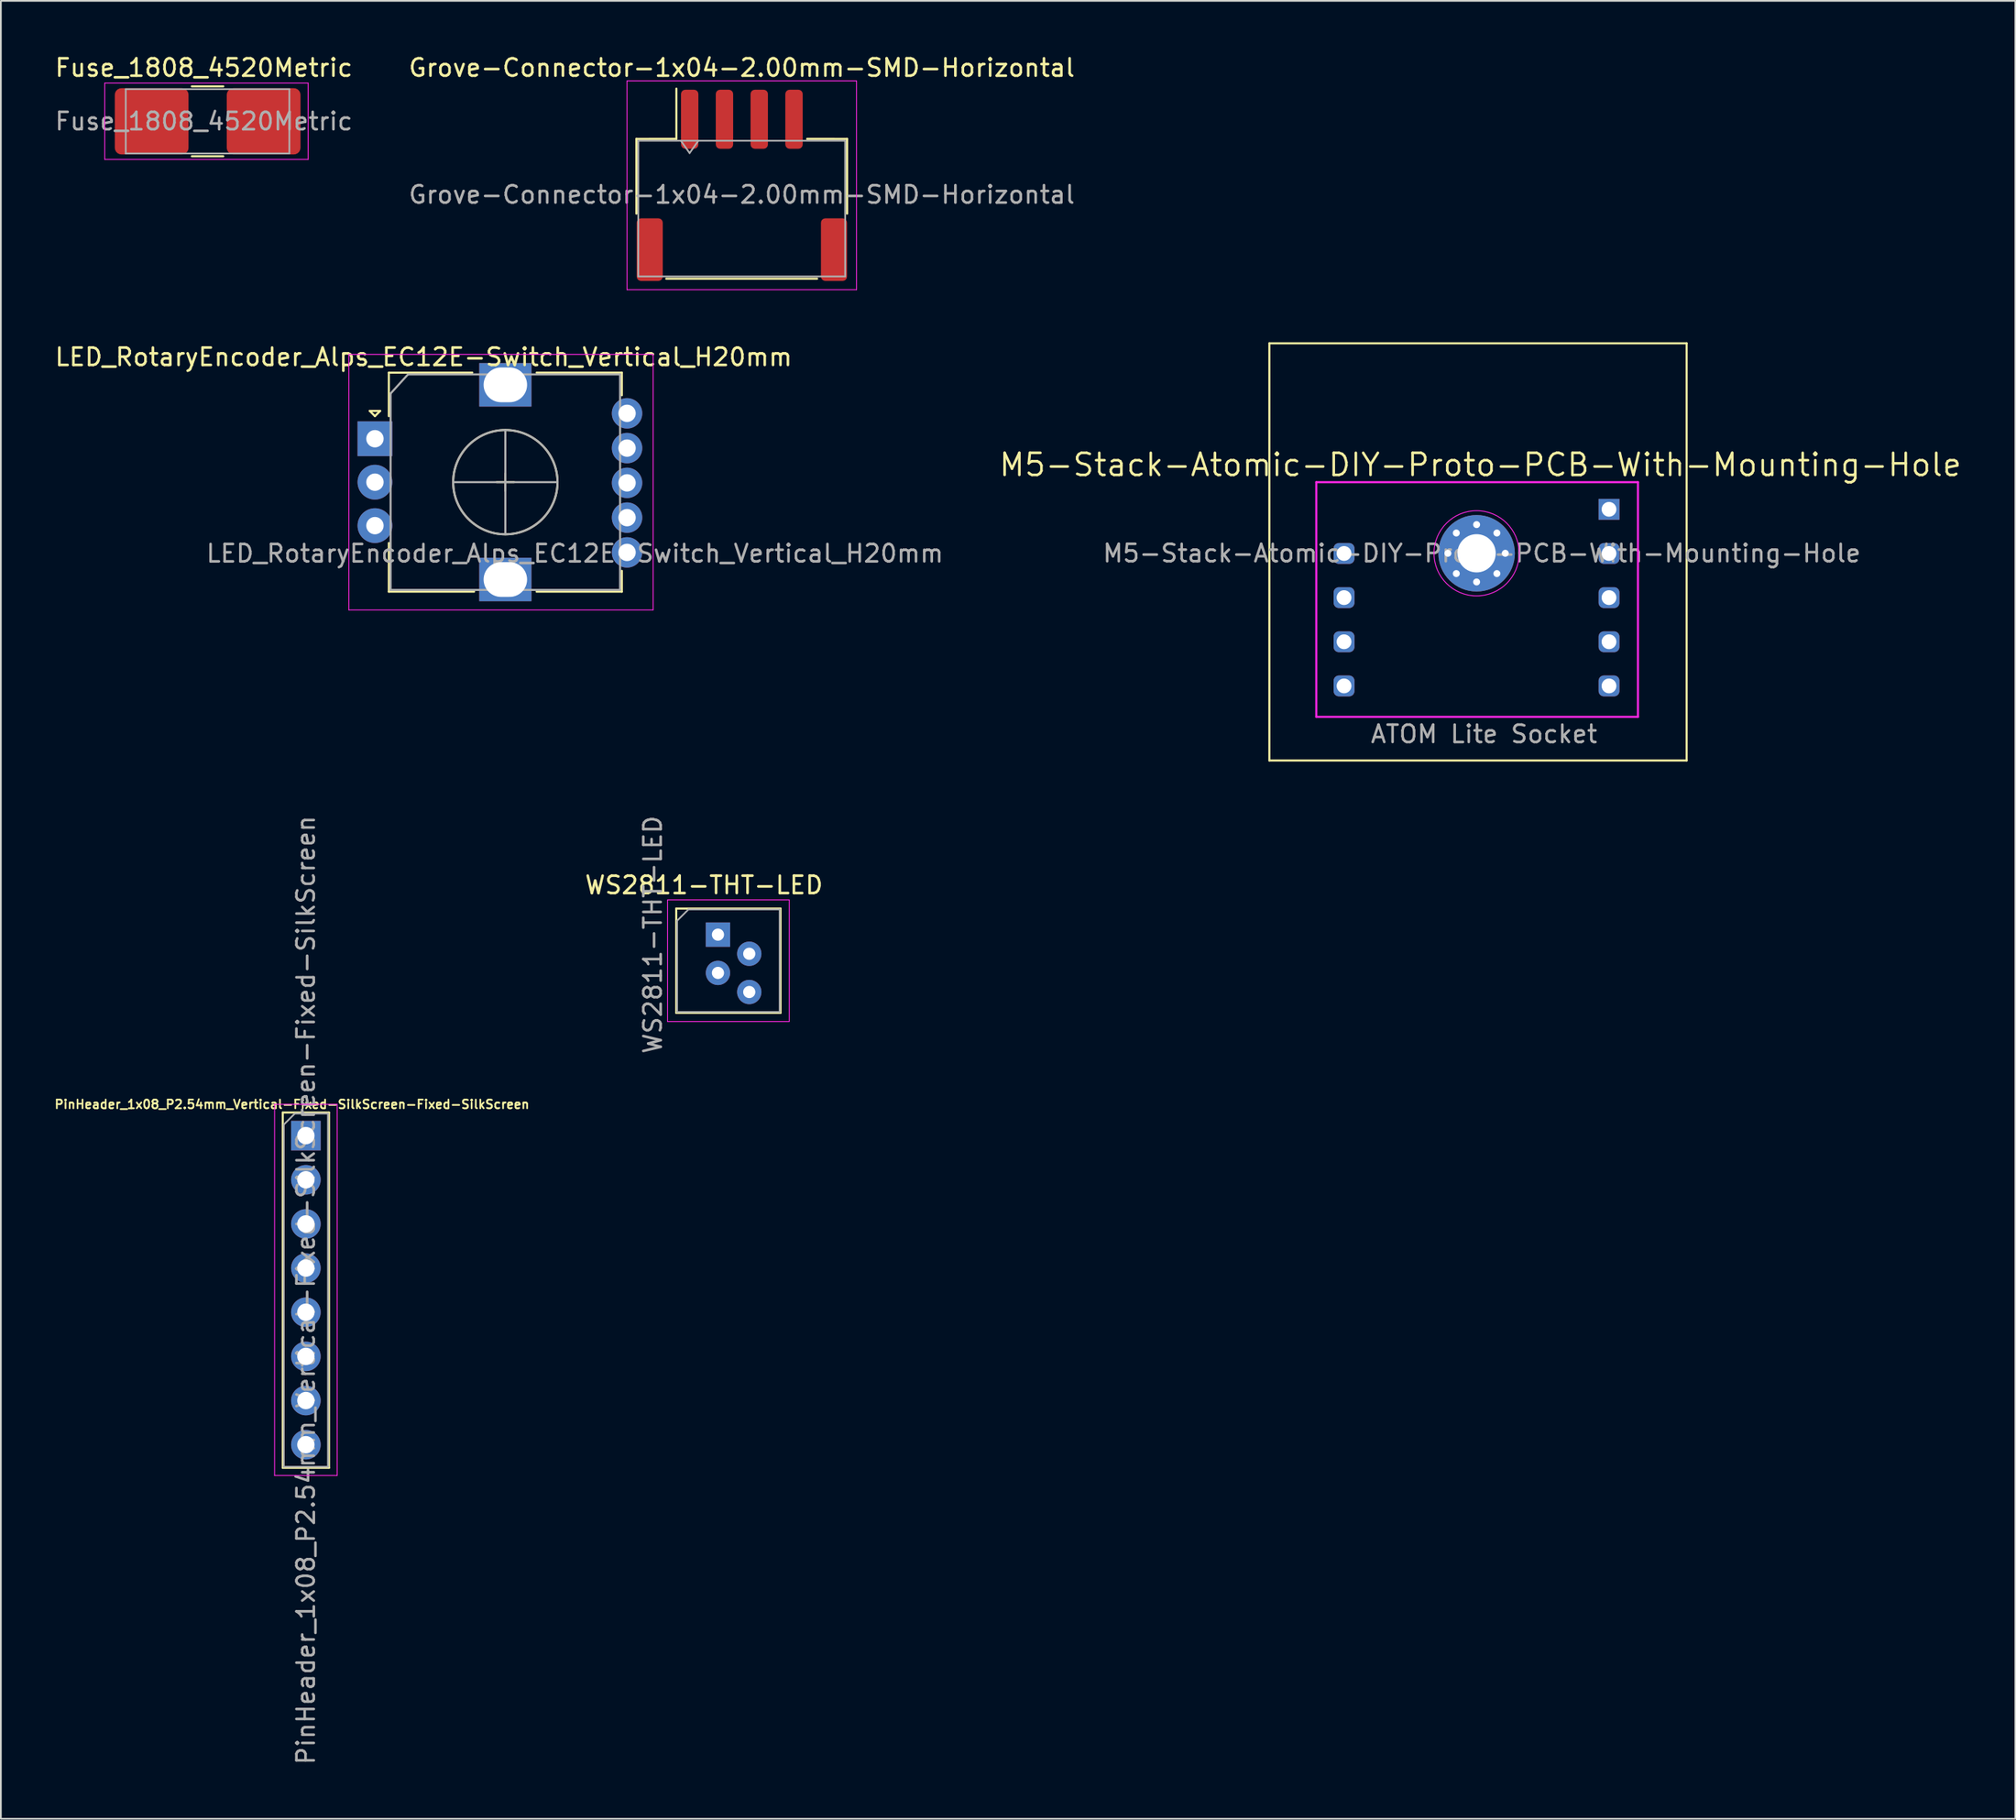
<source format=kicad_pcb>
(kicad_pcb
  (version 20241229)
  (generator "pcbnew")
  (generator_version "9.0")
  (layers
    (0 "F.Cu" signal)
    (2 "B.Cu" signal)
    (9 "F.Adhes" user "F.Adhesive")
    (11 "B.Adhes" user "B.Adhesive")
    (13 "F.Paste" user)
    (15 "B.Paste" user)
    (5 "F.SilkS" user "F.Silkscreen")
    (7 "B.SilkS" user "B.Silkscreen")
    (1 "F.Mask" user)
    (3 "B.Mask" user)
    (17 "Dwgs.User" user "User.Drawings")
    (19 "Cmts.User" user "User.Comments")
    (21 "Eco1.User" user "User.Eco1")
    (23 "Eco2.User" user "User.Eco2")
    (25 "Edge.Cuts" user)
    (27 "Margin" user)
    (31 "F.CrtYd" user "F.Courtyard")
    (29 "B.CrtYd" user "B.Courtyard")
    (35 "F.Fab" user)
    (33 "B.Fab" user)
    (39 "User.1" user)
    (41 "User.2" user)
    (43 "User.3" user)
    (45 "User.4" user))
  (footprint "Grove-Connector-1x04-2.00mm-SMD-Horizontal"
    (layer "F.Cu")
    (at 36.618 3.811)
    (property "Reference" "Grove-Connector-1x04-2.00mm-SMD-Horizontal" (at 2.995 -2.963 0) (layer "F.SilkS") (effects (font (size 1 1) (thickness 0.15))))
    (attr smd)
    (fp_line (start -3.065 1.128) (end -0.765 1.127) (stroke (width 0.12) (type solid)) (layer "F.SilkS"))
    (fp_line (start -3.065 5.431) (end -3.065 1.128) (stroke (width 0.12) (type solid)) (layer "F.SilkS"))
    (fp_line (start -1.35 9.172) (end 7.33 9.172) (stroke (width 0.12) (type solid)) (layer "F.SilkS"))
    (fp_line (start -0.765 1.127) (end -0.765 -1.763) (stroke (width 0.12) (type solid)) (layer "F.SilkS"))
    (fp_line (start 9.053 1.128) (end 6.755 1.127) (stroke (width 0.12) (type solid)) (layer "F.SilkS"))
    (fp_line (start 9.055 5.431) (end 9.053 1.128) (stroke (width 0.12) (type solid)) (layer "F.SilkS"))
    (fp_line (start -3.607 -2.21) (end -3.605 9.804) (stroke (width 0.05) (type solid)) (layer "F.CrtYd"))
    (fp_line (start -3.605 9.804) (end 9.595 9.804) (stroke (width 0.05) (type solid)) (layer "F.CrtYd"))
    (fp_line (start 9.595 -2.21) (end -3.605 -2.21) (stroke (width 0.05) (type solid)) (layer "F.CrtYd"))
    (fp_line (start 9.595 9.804) (end 9.595 -2.21) (stroke (width 0.05) (type solid)) (layer "F.CrtYd"))
    (fp_line (start -2.959 9.042) (end 8.941 9.042) (stroke (width 0.1) (type solid)) (layer "F.Fab"))
    (fp_line (start -2.955 1.237) (end -2.959 9.042) (stroke (width 0.1) (type solid)) (layer "F.Fab"))
    (fp_line (start -2.955 1.237) (end 8.943 1.237) (stroke (width 0.1) (type solid)) (layer "F.Fab"))
    (fp_line (start -0.505 1.237) (end -0.005 1.944) (stroke (width 0.1) (type solid)) (layer "F.Fab"))
    (fp_line (start -0.005 1.944) (end 0.495 1.237) (stroke (width 0.1) (type solid)) (layer "F.Fab"))
    (fp_line (start 8.943 1.237) (end 8.941 9.042) (stroke (width 0.1) (type solid)) (layer "F.Fab"))
    (fp_text user "${REFERENCE}" (at 2.995 4.337 0) (layer "F.Fab") (effects (font (size 1 1) (thickness 0.15))))
    (pad "1" smd roundrect (at 0 0) (size 1 3.4) (layers "F.Cu" "F.Mask" "F.Paste") (roundrect_rratio 0.25))
    (pad "2" smd roundrect (at 2 0) (size 1 3.4) (layers "F.Cu" "F.Mask" "F.Paste") (roundrect_rratio 0.25))
    (pad "3" smd roundrect (at 4 0) (size 1 3.4) (layers "F.Cu" "F.Mask" "F.Paste") (roundrect_rratio 0.25))
    (pad "4" smd roundrect (at 6 0) (size 1 3.4) (layers "F.Cu" "F.Mask" "F.Paste") (roundrect_rratio 0.25))
    (pad "MP" smd roundrect (at -2.3 7.5) (size 1.5 3.6) (layers "F.Cu" "F.Mask" "F.Paste") (roundrect_rratio 0.167))
    (pad "MP" smd roundrect (at 8.3 7.5) (size 1.5 3.6) (layers "F.Cu" "F.Mask" "F.Paste") (roundrect_rratio 0.167)))
  (footprint "LED_RotaryEncoder_Alps_EC12E-Switch_Vertical_H20mm"
    (layer "F.Cu")
    (at 18.515 22.189)
    (property "Reference" "LED_RotaryEncoder_Alps_EC12E-Switch_Vertical_H20mm" (at 2.8 -4.7 0) (layer "F.SilkS") (effects (font (size 1 1) (thickness 0.15))))
    (attr through_hole)
    (fp_line (start -0.3 -1.6) (end 0.3 -1.6) (stroke (width 0.12) (type solid)) (layer "F.SilkS"))
    (fp_line (start 0 -1.3) (end -0.3 -1.6) (stroke (width 0.12) (type solid)) (layer "F.SilkS"))
    (fp_line (start 0.3 -1.6) (end 0 -1.3) (stroke (width 0.12) (type solid)) (layer "F.SilkS"))
    (fp_line (start 0.8 -3.8) (end 0.8 -1.3) (stroke (width 0.12) (type solid)) (layer "F.SilkS"))
    (fp_line (start 0.8 8.8) (end 0.8 6) (stroke (width 0.12) (type solid)) (layer "F.SilkS"))
    (fp_line (start 5.6 -3.8) (end 0.8 -3.8) (stroke (width 0.12) (type solid)) (layer "F.SilkS"))
    (fp_line (start 5.7 8.8) (end 0.8 8.8) (stroke (width 0.12) (type solid)) (layer "F.SilkS"))
    (fp_line (start 7 2.5) (end 8 2.5) (stroke (width 0.12) (type solid)) (layer "F.SilkS"))
    (fp_line (start 7.5 2) (end 7.5 3) (stroke (width 0.12) (type solid)) (layer "F.SilkS"))
    (fp_line (start 9.3 -3.8) (end 14.2 -3.8) (stroke (width 0.12) (type solid)) (layer "F.SilkS"))
    (fp_line (start 14.2 -3.8) (end 14.2 -2.5) (stroke (width 0.12) (type solid)) (layer "F.SilkS"))
    (fp_line (start 14.2 7.6) (end 14.2 8.8) (stroke (width 0.12) (type solid)) (layer "F.SilkS"))
    (fp_line (start 14.2 8.8) (end 9.3 8.8) (stroke (width 0.12) (type solid)) (layer "F.SilkS"))
    (fp_circle (center 7.5 2.5) (end 10.5 2.5) (stroke (width 0.12) (type solid)) (fill no) (layer "F.SilkS"))
    (fp_line (start -1.5 -4.85) (end -1.5 9.85) (stroke (width 0.05) (type solid)) (layer "F.CrtYd"))
    (fp_line (start -1.5 -4.85) (end 16 -4.85) (stroke (width 0.05) (type solid)) (layer "F.CrtYd"))
    (fp_line (start 16 9.85) (end -1.5 9.85) (stroke (width 0.05) (type solid)) (layer "F.CrtYd"))
    (fp_line (start 16 9.85) (end 16 -4.85) (stroke (width 0.05) (type solid)) (layer "F.CrtYd"))
    (fp_line (start 0.9 -2.6) (end 1.9 -3.7) (stroke (width 0.12) (type solid)) (layer "F.Fab"))
    (fp_line (start 0.9 8.7) (end 0.9 -2.6) (stroke (width 0.12) (type solid)) (layer "F.Fab"))
    (fp_line (start 1.9 -3.7) (end 14.1 -3.7) (stroke (width 0.12) (type solid)) (layer "F.Fab"))
    (fp_line (start 4.5 2.5) (end 10.5 2.5) (stroke (width 0.12) (type solid)) (layer "F.Fab"))
    (fp_line (start 7.5 -0.5) (end 7.5 5.5) (stroke (width 0.12) (type solid)) (layer "F.Fab"))
    (fp_line (start 14.1 -3.7) (end 14.1 8.7) (stroke (width 0.12) (type solid)) (layer "F.Fab"))
    (fp_line (start 14.1 8.7) (end 0.9 8.7) (stroke (width 0.12) (type solid)) (layer "F.Fab"))
    (fp_circle (center 7.5 2.5) (end 10.5 2.5) (stroke (width 0.12) (type solid)) (fill no) (layer "F.Fab"))
    (fp_text user "${REFERENCE}" (at 11.5 6.6 0) (layer "F.Fab") (effects (font (size 1 1) (thickness 0.15))))
    (pad "A" thru_hole rect (at 0 0) (size 2 2) (drill 1) (layers "*.Cu" "*.Mask"))
    (pad "B" thru_hole circle (at 0 5) (size 2 2) (drill 1) (layers "*.Cu" "*.Mask"))
    (pad "C" thru_hole circle (at 0 2.5) (size 2 2) (drill 1) (layers "*.Cu" "*.Mask"))
    (pad "MP" thru_hole rect (at 7.5 -3.1) (size 3 2.5) (drill oval 2.5 2) (layers "*.Cu" "*.Mask"))
    (pad "MP" thru_hole rect (at 7.5 8.1) (size 3 2.5) (drill oval 2.5 2) (layers "*.Cu" "*.Mask"))
    (pad "T1" thru_hole circle (at 14.5 6.54) (size 1.75 1.75) (drill 1) (layers "*.Cu" "*.Mask"))
    (pad "T2" thru_hole circle (at 14.5 4.54) (size 1.75 1.75) (drill 1) (layers "*.Cu" "*.Mask"))
    (pad "T3" thru_hole circle (at 14.5 2.54) (size 1.75 1.75) (drill 1) (layers "*.Cu" "*.Mask"))
    (pad "T4" thru_hole circle (at 14.5 0.54) (size 1.75 1.75) (drill 1) (layers "*.Cu" "*.Mask"))
    (pad "T5" thru_hole circle (at 14.5 -1.46) (size 1.75 1.75) (drill 1) (layers "*.Cu" "*.Mask")))
  (footprint "M5-Stack-Atomic-DIY-Proto-PCB-With-Mounting-Hole"
    (layer "F.Cu")
    (at 73.657 28.19)
    (property "Reference" "M5-Stack-Atomic-DIY-Proto-PCB-With-Mounting-Hole" (at 8.44 -4.5 0) (layer "F.SilkS") (effects (font (size 1.27 1.27) (thickness 0.15))))
    (attr smd)
    (fp_line (start -3.7 -11.49) (end -3.7 12.51) (stroke (width 0.12) (type solid)) (layer "F.SilkS"))
    (fp_line (start -3.7 12.51) (end 20.3 12.51) (stroke (width 0.12) (type solid)) (layer "F.SilkS"))
    (fp_line (start 20.3 -11.49) (end -3.7 -11.49) (stroke (width 0.12) (type solid)) (layer "F.SilkS"))
    (fp_line (start 20.3 12.51) (end 20.3 -11.49) (stroke (width 0.12) (type solid)) (layer "F.SilkS"))
    (fp_line (start -1 -3.5) (end -1 10) (stroke (width 0.12) (type solid)) (layer "F.CrtYd"))
    (fp_line (start -1 10) (end 17.5 10) (stroke (width 0.12) (type solid)) (layer "F.CrtYd"))
    (fp_line (start 17.5 -3.5) (end -1 -3.5) (stroke (width 0.12) (type solid)) (layer "F.CrtYd"))
    (fp_line (start 17.5 10) (end 17.5 -3.5) (stroke (width 0.12) (type solid)) (layer "F.CrtYd"))
    (fp_circle (center 8.22 0.59) (end 10.67 0.59) (stroke (width 0.05) (type solid)) (fill no) (layer "F.CrtYd"))
    (fp_text user "ATOM Lite Socket" (at 8.65 10.99 0) (layer "F.Fab") (effects (font (size 1 1) (thickness 0.15))))
    (fp_text user "${REFERENCE}" (at 8.52 0.59 0) (layer "F.Fab") (effects (font (size 1 1) (thickness 0.15))))
    (pad "1" thru_hole roundrect (at 0.596 0.6 180) (size 1.2 1.2) (drill 0.85) (layers "*.Cu" "*.Mask") (roundrect_rratio 0.25))
    (pad "2" thru_hole roundrect (at 0.596 3.14 180) (size 1.2 1.2) (drill 0.85) (layers "*.Cu" "*.Mask") (roundrect_rratio 0.25))
    (pad "3" thru_hole roundrect (at 0.596 5.68 180) (size 1.2 1.2) (drill 0.85) (layers "*.Cu" "*.Mask") (roundrect_rratio 0.25))
    (pad "4" thru_hole roundrect (at 0.596 8.22 180) (size 1.2 1.2) (drill 0.85) (layers "*.Cu" "*.Mask") (roundrect_rratio 0.25))
    (pad "5" thru_hole rect (at 15.836 -1.94) (size 1.2 1.2) (drill 0.85) (layers "*.Cu" "*.Mask"))
    (pad "6" thru_hole roundrect (at 15.836 0.6) (size 1.2 1.2) (drill 0.85) (layers "*.Cu" "*.Mask") (roundrect_rratio 0.25))
    (pad "7" thru_hole roundrect (at 15.836 3.14) (size 1.2 1.2) (drill 0.85) (layers "*.Cu" "*.Mask") (roundrect_rratio 0.25))
    (pad "8" thru_hole roundrect (at 15.836 5.68) (size 1.2 1.2) (drill 0.85) (layers "*.Cu" "*.Mask") (roundrect_rratio 0.25))
    (pad "9" thru_hole roundrect (at 15.836 8.22) (size 1.2 1.2) (drill 0.85) (layers "*.Cu" "*.Mask") (roundrect_rratio 0.25))
    (pad "M1" thru_hole circle (at 6.57 0.59) (size 0.7 0.7) (drill 0.4) (layers "*.Cu" "*.Mask"))
    (pad "M1" thru_hole circle (at 7.053 -0.577) (size 0.7 0.7) (drill 0.4) (layers "*.Cu" "*.Mask"))
    (pad "M1" thru_hole circle (at 7.053 1.757) (size 0.7 0.7) (drill 0.4) (layers "*.Cu" "*.Mask"))
    (pad "M1" thru_hole circle (at 8.22 -1.06) (size 0.7 0.7) (drill 0.4) (layers "*.Cu" "*.Mask"))
    (pad "M1" thru_hole circle (at 8.22 0.59) (size 4.4 4.4) (drill 2.2) (layers "*.Cu" "*.Mask"))
    (pad "M1" thru_hole circle (at 8.22 2.24) (size 0.7 0.7) (drill 0.4) (layers "*.Cu" "*.Mask"))
    (pad "M1" thru_hole circle (at 9.387 -0.577) (size 0.7 0.7) (drill 0.4) (layers "*.Cu" "*.Mask"))
    (pad "M1" thru_hole circle (at 9.387 1.757) (size 0.7 0.7) (drill 0.4) (layers "*.Cu" "*.Mask"))
    (pad "M1" thru_hole circle (at 9.87 0.59) (size 0.7 0.7) (drill 0.4) (layers "*.Cu" "*.Mask")))
  (footprint "PinHeader_1x08_P2.54mm_Vertical-Fixed-SilkScreen-Fixed-SilkScreen"
    (layer "F.Cu")
    (at 14.543 62.281)
    (property "Reference" "PinHeader_1x08_P2.54mm_Vertical-Fixed-SilkScreen-Fixed-SilkScreen" (at -0.8 -1.8 0) (layer "F.SilkS") (effects (font (size 0.5 0.5) (thickness 0.1))))
    (attr through_hole)
    (fp_line (start -1.33 -1.33) (end -1.33 19.11) (stroke (width 0.12) (type solid)) (layer "F.SilkS"))
    (fp_line (start -1.33 -1.33) (end 1.33 -1.33) (stroke (width 0.12) (type solid)) (layer "F.SilkS"))
    (fp_line (start -1.33 19.11) (end 1.33 19.11) (stroke (width 0.12) (type solid)) (layer "F.SilkS"))
    (fp_line (start 1.33 -1.33) (end 1.33 19.11) (stroke (width 0.12) (type solid)) (layer "F.SilkS"))
    (fp_line (start -1.8 -1.8) (end -1.8 19.55) (stroke (width 0.05) (type solid)) (layer "F.CrtYd"))
    (fp_line (start -1.8 19.55) (end 1.8 19.55) (stroke (width 0.05) (type solid)) (layer "F.CrtYd"))
    (fp_line (start 1.8 -1.8) (end -1.8 -1.8) (stroke (width 0.05) (type solid)) (layer "F.CrtYd"))
    (fp_line (start 1.8 19.55) (end 1.8 -1.8) (stroke (width 0.05) (type solid)) (layer "F.CrtYd"))
    (fp_line (start -1.27 -0.635) (end -0.635 -1.27) (stroke (width 0.1) (type solid)) (layer "F.Fab"))
    (fp_line (start -1.27 19.05) (end -1.27 -0.635) (stroke (width 0.1) (type solid)) (layer "F.Fab"))
    (fp_line (start -0.635 -1.27) (end 1.27 -1.27) (stroke (width 0.1) (type solid)) (layer "F.Fab"))
    (fp_line (start 1.27 -1.27) (end 1.27 19.05) (stroke (width 0.1) (type solid)) (layer "F.Fab"))
    (fp_line (start 1.27 19.05) (end -1.27 19.05) (stroke (width 0.1) (type solid)) (layer "F.Fab"))
    (fp_text user "${REFERENCE}" (at 0 8.89 90) (layer "F.Fab") (effects (font (size 1 1) (thickness 0.15))))
    (pad "1" thru_hole rect (at 0 0) (size 1.7 1.7) (drill 1) (layers "*.Cu" "*.Mask"))
    (pad "2" thru_hole oval (at 0 2.54) (size 1.7 1.7) (drill 1) (layers "*.Cu" "*.Mask"))
    (pad "3" thru_hole oval (at 0 5.08) (size 1.7 1.7) (drill 1) (layers "*.Cu" "*.Mask"))
    (pad "4" thru_hole oval (at 0 7.62) (size 1.7 1.7) (drill 1) (layers "*.Cu" "*.Mask"))
    (pad "5" thru_hole oval (at 0 10.16) (size 1.7 1.7) (drill 1) (layers "*.Cu" "*.Mask"))
    (pad "6" thru_hole oval (at 0 12.7) (size 1.7 1.7) (drill 1) (layers "*.Cu" "*.Mask"))
    (pad "7" thru_hole oval (at 0 15.24) (size 1.7 1.7) (drill 1) (layers "*.Cu" "*.Mask"))
    (pad "8" thru_hole oval (at 0 17.78) (size 1.7 1.7) (drill 1) (layers "*.Cu" "*.Mask")))
  (footprint "Fuse_1808_4520Metric"
    (layer "F.Cu")
    (at 8.673 3.928)
    (property "Reference" "Fuse_1808_4520Metric" (at 0 -3.08 0) (layer "F.SilkS") (effects (font (size 1 1) (thickness 0.15))))
    (attr smd)
    (fp_line (start -0.69 -2.01) (end 1.12 -2.01) (stroke (width 0.12) (type solid)) (layer "F.SilkS"))
    (fp_line (start -0.69 2.01) (end 1.12 2.01) (stroke (width 0.12) (type solid)) (layer "F.SilkS"))
    (fp_line (start -5.7 -2.2) (end 6 -2.2) (stroke (width 0.05) (type solid)) (layer "F.CrtYd"))
    (fp_line (start -5.7 2.19) (end -5.7 -2.2) (stroke (width 0.05) (type solid)) (layer "F.CrtYd"))
    (fp_line (start 6 -2.2) (end 6 2.19) (stroke (width 0.05) (type solid)) (layer "F.CrtYd"))
    (fp_line (start 6 2.19) (end -5.7 2.19) (stroke (width 0.05) (type solid)) (layer "F.CrtYd"))
    (fp_line (start -4.49 1.85) (end -4.49 -1.85) (stroke (width 0.1) (type solid)) (layer "F.Fab"))
    (fp_line (start 4.92 -1.85) (end -4.49 -1.85) (stroke (width 0.1) (type solid)) (layer "F.Fab"))
    (fp_line (start 4.92 -1.85) (end 4.92 1.85) (stroke (width 0.1) (type solid)) (layer "F.Fab"))
    (fp_line (start 4.92 1.85) (end -4.49 1.85) (stroke (width 0.1) (type solid)) (layer "F.Fab"))
    (fp_text user "${REFERENCE}" (at 0 0 0) (layer "F.Fab") (effects (font (size 1 1) (thickness 0.15))))
    (pad "1" smd roundrect (at -3 0) (size 4.24 3.81) (layers "F.Cu" "F.Mask" "F.Paste") (roundrect_rratio 0.1))
    (pad "2" smd roundrect (at 3.44 0) (size 4.24 3.81) (layers "F.Cu" "F.Mask" "F.Paste") (roundrect_rratio 0.1)))
  (footprint "WS2811-THT-LED"
    (layer "F.Cu")
    (at 35.844 49.219)
    (property "Reference" "WS2811-THT-LED" (at 1.6 -1.35 0) (layer "F.SilkS") (effects (font (size 1 1) (thickness 0.15))))
    (attr through_hole)
    (fp_line (start 0 0) (end 0 6) (stroke (width 0.12) (type solid)) (layer "F.SilkS"))
    (fp_line (start 0 0) (end 6 0) (stroke (width 0.12) (type solid)) (layer "F.SilkS"))
    (fp_line (start 0 6) (end 6 6) (stroke (width 0.12) (type solid)) (layer "F.SilkS"))
    (fp_line (start 6 0) (end 6 6) (stroke (width 0.12) (type solid)) (layer "F.SilkS"))
    (fp_line (start -0.5 -0.5) (end -0.5 6.5) (stroke (width 0.05) (type solid)) (layer "F.CrtYd"))
    (fp_line (start -0.5 6.5) (end 6.5 6.5) (stroke (width 0.05) (type solid)) (layer "F.CrtYd"))
    (fp_line (start 6.5 -0.5) (end -0.5 -0.5) (stroke (width 0.05) (type solid)) (layer "F.CrtYd"))
    (fp_line (start 6.5 6.5) (end 6.5 -0.5) (stroke (width 0.05) (type solid)) (layer "F.CrtYd"))
    (fp_line (start 0.05 0.7) (end 0.7 0.05) (stroke (width 0.1) (type solid)) (layer "F.Fab"))
    (fp_line (start 0.05 5.95) (end 0.05 0.7) (stroke (width 0.1) (type solid)) (layer "F.Fab"))
    (fp_line (start 0.7 0.05) (end 5.95 0.05) (stroke (width 0.1) (type solid)) (layer "F.Fab"))
    (fp_line (start 5.95 0.05) (end 5.95 5.95) (stroke (width 0.1) (type solid)) (layer "F.Fab"))
    (fp_line (start 5.95 5.95) (end 0.05 5.95) (stroke (width 0.1) (type solid)) (layer "F.Fab"))
    (fp_text user "${REFERENCE}" (at -1.35 1.5 90) (layer "F.Fab") (effects (font (size 1 1) (thickness 0.15))))
    (pad "1" thru_hole rect (at 2.4 1.5) (size 1.4 1.4) (drill 0.7) (layers "*.Cu" "*.Mask"))
    (pad "2" thru_hole circle (at 4.2 2.6) (size 1.4 1.4) (drill 0.7) (layers "*.Cu" "*.Mask"))
    (pad "3" thru_hole circle (at 2.4 3.7) (size 1.4 1.4) (drill 0.7) (layers "*.Cu" "*.Mask"))
    (pad "4" thru_hole circle (at 4.2 4.8) (size 1.4 1.4) (drill 0.7) (layers "*.Cu" "*.Mask")))
  (gr_rect
    (start -3 -3)
    (end 112.863 101.582)
    (stroke (width 0.1) (type default))
    (fill no)
    (layer "Edge.Cuts")))
</source>
